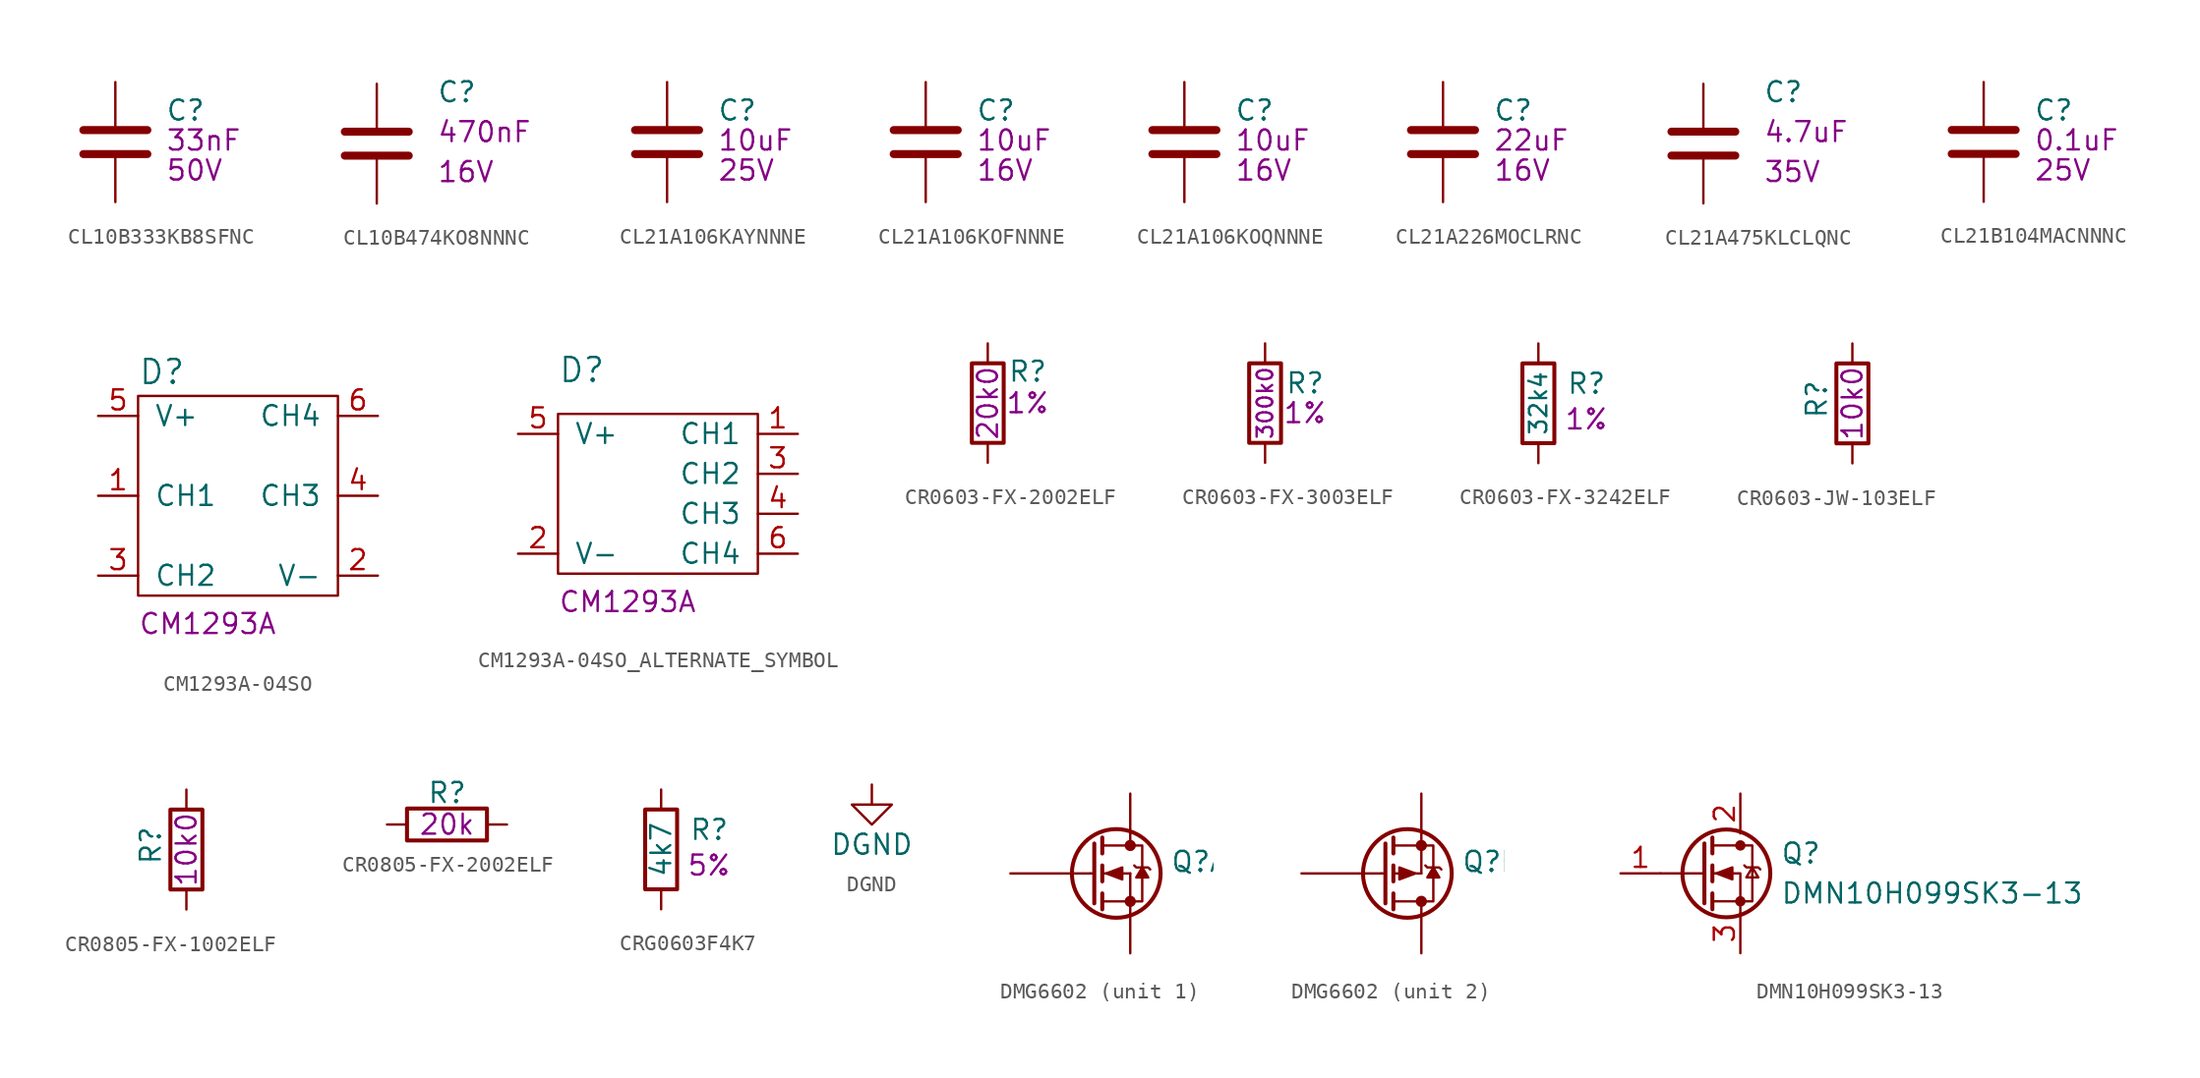
<source format=kicad_sym>
(kicad_symbol_lib
  (version 20210619)
  (generator kicad_symbol_editor)
  (symbol "custom:CL10B333KB8SFNC"
    (pin_numbers hide)
    (pin_names
      (offset 0) hide)
    (property "Reference" "C"
      (at 3.175 1.27 0)
      (effects (font (size 1.27 1.27)) (justify left bottom)))
    (property "Capacitance" "33nF"
      (at 3.175 -0.635 0)
      (effects (font (size 1.27 1.27)) (justify left bottom)))
    (property "RATING" "50V"
      (at 3.175 -2.54 0)
      (effects (font (size 1.27 1.27)) (justify left bottom)))
    (symbol "CL10B333KB8SFNC_0_1"
      (polyline (pts (xy -2.032 -0.762) (xy 2.032 -0.762)) (stroke (width 0.508)) (fill (type none)))
      (polyline (pts (xy -2.032 0.762) (xy 2.032 0.762)) (stroke (width 0.508)) (fill (type none))))
    (symbol "CL10B333KB8SFNC_1_1"
      (pin passive line (at 0 3.81 270) (length 2.794) (name "~" (effects (font (size 1.27 1.27)))) (number "1" (effects (font (size 1.27 1.27)))))
      (pin passive line (at 0 -3.81 90) (length 2.794) (name "~" (effects (font (size 1.27 1.27)))) (number "2" (effects (font (size 1.27 1.27)))))))
  (symbol "custom:CL10B474KO8NNNC"
    (pin_numbers hide)
    (pin_names
      (offset 0) hide)
    (property "Reference" "C"
      (at 3.81 2.54 0)
      (effects (font (size 1.27 1.27)) (justify left bottom)))
    (property "Capacitance" "470nF"
      (at 3.81 0 0)
      (effects (font (size 1.27 1.27)) (justify left bottom)))
    (property "Rating" "16V"
      (at 3.81 -2.54 0)
      (effects (font (size 1.27 1.27)) (justify left bottom)))
    (symbol "CL10B474KO8NNNC_0_1"
      (polyline (pts (xy -2.032 -0.762) (xy 2.032 -0.762)) (stroke (width 0.508)) (fill (type none)))
      (polyline (pts (xy -2.032 0.762) (xy 2.032 0.762)) (stroke (width 0.508)) (fill (type none))))
    (symbol "CL10B474KO8NNNC_1_1"
      (pin passive line (at 0 3.81 270) (length 2.794) (name "~" (effects (font (size 1.27 1.27)))) (number "1" (effects (font (size 1.27 1.27)))))
      (pin passive line (at 0 -3.81 90) (length 2.794) (name "~" (effects (font (size 1.27 1.27)))) (number "2" (effects (font (size 1.27 1.27)))))))
  (symbol "custom:CL21A106KAYNNNE"
    (pin_numbers hide)
    (pin_names
      (offset 0) hide)
    (property "Reference" "C"
      (at 3.175 1.27 0)
      (effects (font (size 1.27 1.27)) (justify left bottom)))
    (property "Capacitance" "10uF"
      (at 3.175 -0.635 0)
      (effects (font (size 1.27 1.27)) (justify left bottom)))
    (property "Rating" "25V"
      (at 3.175 -2.54 0)
      (effects (font (size 1.27 1.27)) (justify left bottom)))
    (symbol "CL21A106KAYNNNE_0_1"
      (polyline (pts (xy -2.032 -0.762) (xy 2.032 -0.762)) (stroke (width 0.508)) (fill (type none)))
      (polyline (pts (xy -2.032 0.762) (xy 2.032 0.762)) (stroke (width 0.508)) (fill (type none))))
    (symbol "CL21A106KAYNNNE_1_1"
      (pin passive line (at 0 3.81 270) (length 2.794) (name "~" (effects (font (size 1.27 1.27)))) (number "1" (effects (font (size 1.27 1.27)))))
      (pin passive line (at 0 -3.81 90) (length 2.794) (name "~" (effects (font (size 1.27 1.27)))) (number "2" (effects (font (size 1.27 1.27)))))))
  (symbol "custom:CL21A106KOFNNNE"
    (pin_numbers hide)
    (pin_names
      (offset 0) hide)
    (property "Reference" "C"
      (at 3.175 1.27 0)
      (effects (font (size 1.27 1.27)) (justify left bottom)))
    (property "Capacitance" "10uF"
      (at 3.175 -0.635 0)
      (effects (font (size 1.27 1.27)) (justify left bottom)))
    (property "Rating" "16V"
      (at 3.175 -2.54 0)
      (effects (font (size 1.27 1.27)) (justify left bottom)))
    (symbol "CL21A106KOFNNNE_0_1"
      (polyline (pts (xy -2.032 -0.762) (xy 2.032 -0.762)) (stroke (width 0.508)) (fill (type none)))
      (polyline (pts (xy -2.032 0.762) (xy 2.032 0.762)) (stroke (width 0.508)) (fill (type none))))
    (symbol "CL21A106KOFNNNE_1_1"
      (pin passive line (at 0 3.81 270) (length 2.794) (name "~" (effects (font (size 1.27 1.27)))) (number "1" (effects (font (size 1.27 1.27)))))
      (pin passive line (at 0 -3.81 90) (length 2.794) (name "~" (effects (font (size 1.27 1.27)))) (number "2" (effects (font (size 1.27 1.27)))))))
  (symbol "custom:CL21A106KOQNNNE"
    (pin_numbers hide)
    (pin_names
      (offset 0) hide)
    (property "Reference" "C"
      (at 3.175 1.27 0)
      (effects (font (size 1.27 1.27)) (justify left bottom)))
    (property "Capacitance" "10uF"
      (at 3.175 -0.635 0)
      (effects (font (size 1.27 1.27)) (justify left bottom)))
    (property "Rating" "16V"
      (at 3.175 -2.54 0)
      (effects (font (size 1.27 1.27)) (justify left bottom)))
    (symbol "CL21A106KOQNNNE_0_1"
      (polyline (pts (xy -2.032 -0.762) (xy 2.032 -0.762)) (stroke (width 0.508)) (fill (type none)))
      (polyline (pts (xy -2.032 0.762) (xy 2.032 0.762)) (stroke (width 0.508)) (fill (type none))))
    (symbol "CL21A106KOQNNNE_1_1"
      (pin passive line (at 0 3.81 270) (length 2.794) (name "~" (effects (font (size 1.27 1.27)))) (number "1" (effects (font (size 1.27 1.27)))))
      (pin passive line (at 0 -3.81 90) (length 2.794) (name "~" (effects (font (size 1.27 1.27)))) (number "2" (effects (font (size 1.27 1.27)))))))
  (symbol "custom:CL21A226MOCLRNC"
    (pin_numbers hide)
    (pin_names
      (offset 0) hide)
    (property "Reference" "C"
      (at 3.175 1.27 0)
      (effects (font (size 1.27 1.27)) (justify left bottom)))
    (property "Capacitance" "22uF"
      (at 3.175 -0.635 0)
      (effects (font (size 1.27 1.27)) (justify left bottom)))
    (property "Rating" "16V"
      (at 3.175 -2.54 0)
      (effects (font (size 1.27 1.27)) (justify left bottom)))
    (symbol "CL21A226MOCLRNC_0_1"
      (polyline (pts (xy -2.032 -0.762) (xy 2.032 -0.762)) (stroke (width 0.508)) (fill (type none)))
      (polyline (pts (xy -2.032 0.762) (xy 2.032 0.762)) (stroke (width 0.508)) (fill (type none))))
    (symbol "CL21A226MOCLRNC_1_1"
      (pin passive line (at 0 3.81 270) (length 2.794) (name "~" (effects (font (size 1.27 1.27)))) (number "1" (effects (font (size 1.27 1.27)))))
      (pin passive line (at 0 -3.81 90) (length 2.794) (name "~" (effects (font (size 1.27 1.27)))) (number "2" (effects (font (size 1.27 1.27)))))))
  (symbol "custom:CL21A475KLCLQNC"
    (pin_numbers hide)
    (pin_names
      (offset 0) hide)
    (property "Reference" "C"
      (at 3.81 2.54 0)
      (effects (font (size 1.27 1.27)) (justify left bottom)))
    (property "Capacitance" "4.7uF"
      (at 3.81 0 0)
      (effects (font (size 1.27 1.27)) (justify left bottom)))
    (property "Rating" "35V"
      (at 3.81 -2.54 0)
      (effects (font (size 1.27 1.27)) (justify left bottom)))
    (symbol "CL21A475KLCLQNC_0_1"
      (polyline (pts (xy -2.032 -0.762) (xy 2.032 -0.762)) (stroke (width 0.508)) (fill (type none)))
      (polyline (pts (xy -2.032 0.762) (xy 2.032 0.762)) (stroke (width 0.508)) (fill (type none))))
    (symbol "CL21A475KLCLQNC_1_1"
      (pin passive line (at 0 3.81 270) (length 2.794) (name "~" (effects (font (size 1.27 1.27)))) (number "1" (effects (font (size 1.27 1.27)))))
      (pin passive line (at 0 -3.81 90) (length 2.794) (name "~" (effects (font (size 1.27 1.27)))) (number "2" (effects (font (size 1.27 1.27)))))))
  (symbol "custom:CL21B104MACNNNC"
    (pin_numbers hide)
    (pin_names
      (offset 0) hide)
    (property "Reference" "C"
      (at 3.175 1.27 0)
      (effects (font (size 1.27 1.27)) (justify left bottom)))
    (property "Capacitance" "0.1uF"
      (at 3.175 -0.635 0)
      (effects (font (size 1.27 1.27)) (justify left bottom)))
    (property "RATING" "25V"
      (at 3.175 -2.54 0)
      (effects (font (size 1.27 1.27)) (justify left bottom)))
    (symbol "CL21B104MACNNNC_0_1"
      (polyline (pts (xy -2.032 -0.762) (xy 2.032 -0.762)) (stroke (width 0.508)) (fill (type none)))
      (polyline (pts (xy -2.032 0.762) (xy 2.032 0.762)) (stroke (width 0.508)) (fill (type none))))
    (symbol "CL21B104MACNNNC_1_1"
      (pin passive line (at 0 3.81 270) (length 2.794) (name "~" (effects (font (size 1.27 1.27)))) (number "1" (effects (font (size 1.27 1.27)))))
      (pin passive line (at 0 -3.81 90) (length 2.794) (name "~" (effects (font (size 1.27 1.27)))) (number "2" (effects (font (size 1.27 1.27)))))))
  (symbol "custom:CM1293A-04SO"
    (pin_names
      (offset 1.016))
    (property "Reference" "D"
      (at -6.35 6.985 0)
      (effects (font (size 1.524 1.524)) (justify left bottom)))
    (property "TEXT" "CM1293A"
      (at -6.35 -8.89 0)
      (effects (font (size 1.27 1.27)) (justify left bottom)))
    (symbol "CM1293A-04SO_0_1"
      (rectangle (start -6.35 6.35) (end 6.35 -6.35) (stroke (width 0)) (fill (type none))))
    (symbol "CM1293A-04SO_1_1"
      (pin bidirectional line (at -8.89 0 0) (length 2.54) (name "CH1" (effects (font (size 1.27 1.27)))) (number "1" (effects (font (size 1.27 1.27)))))
      (pin bidirectional line (at 8.89 -5.08 180) (length 2.54) (name "V-" (effects (font (size 1.27 1.27)))) (number "2" (effects (font (size 1.27 1.27)))))
      (pin bidirectional line (at -8.89 -5.08 0) (length 2.54) (name "CH2" (effects (font (size 1.27 1.27)))) (number "3" (effects (font (size 1.27 1.27)))))
      (pin bidirectional line (at 8.89 0 180) (length 2.54) (name "CH3" (effects (font (size 1.27 1.27)))) (number "4" (effects (font (size 1.27 1.27)))))
      (pin bidirectional line (at -8.89 5.08 0) (length 2.54) (name "V+" (effects (font (size 1.27 1.27)))) (number "5" (effects (font (size 1.27 1.27)))))
      (pin bidirectional line (at 8.89 5.08 180) (length 2.54) (name "CH4" (effects (font (size 1.27 1.27)))) (number "6" (effects (font (size 1.27 1.27)))))))
  (symbol "custom:CM1293A-04SO_ALTERNATE_SYMBOL"
    (pin_names
      (offset 1.016))
    (property "Reference" "D"
      (at -6.35 6.985 0)
      (effects (font (size 1.524 1.524)) (justify left bottom)))
    (property "TEXT" "CM1293A"
      (at -6.35 -7.62 0)
      (effects (font (size 1.27 1.27)) (justify left bottom)))
    (symbol "CM1293A-04SO_ALTERNATE_SYMBOL_0_1"
      (rectangle (start -6.35 5.08) (end 6.35 -5.08) (stroke (width 0)) (fill (type none))))
    (symbol "CM1293A-04SO_ALTERNATE_SYMBOL_1_1"
      (pin bidirectional line (at 8.89 3.81 180) (length 2.54) (name "CH1" (effects (font (size 1.27 1.27)))) (number "1" (effects (font (size 1.27 1.27)))))
      (pin bidirectional line (at -8.89 -3.81 0) (length 2.54) (name "V-" (effects (font (size 1.27 1.27)))) (number "2" (effects (font (size 1.27 1.27)))))
      (pin bidirectional line (at 8.89 1.27 180) (length 2.54) (name "CH2" (effects (font (size 1.27 1.27)))) (number "3" (effects (font (size 1.27 1.27)))))
      (pin bidirectional line (at 8.89 -1.27 180) (length 2.54) (name "CH3" (effects (font (size 1.27 1.27)))) (number "4" (effects (font (size 1.27 1.27)))))
      (pin bidirectional line (at -8.89 3.81 0) (length 2.54) (name "V+" (effects (font (size 1.27 1.27)))) (number "5" (effects (font (size 1.27 1.27)))))
      (pin bidirectional line (at 8.89 -3.81 180) (length 2.54) (name "CH4" (effects (font (size 1.27 1.27)))) (number "6" (effects (font (size 1.27 1.27)))))))
  (symbol "custom:CR0603-FX-2002ELF"
    (pin_numbers hide)
    (pin_names
      (offset 0))
    (property "Reference" "R"
      (at 1.27 1.27 0)
      (effects (font (size 1.27 1.27)) (justify left bottom)))
    (property "Resistance" "20k0"
      (at 0 0 90)
      (effects (font (size 1.27 1.27))))
    (property "TOLERANCE" "1%"
      (at 2.54 0 0)
      (effects (font (size 1.27 1.27))))
    (symbol "CR0603-FX-2002ELF_0_1"
      (rectangle (start -1.016 -2.54) (end 1.016 2.54) (stroke (width 0.254)) (fill (type none))))
    (symbol "CR0603-FX-2002ELF_1_1"
      (pin passive line (at 0 3.81 270) (length 1.27) (name "~" (effects (font (size 1.27 1.27)))) (number "1" (effects (font (size 1.27 1.27)))))
      (pin passive line (at 0 -3.81 90) (length 1.27) (name "~" (effects (font (size 1.27 1.27)))) (number "2" (effects (font (size 1.27 1.27)))))))
  (symbol "custom:CR0603-FX-3003ELF"
    (pin_numbers hide)
    (pin_names
      (offset 0))
    (property "Reference" "R"
      (at 1.27 1.27 0)
      (effects (font (size 1.27 1.27)) (justify left)))
    (property "RESISTANCE" "300k0"
      (at 0 0 90)
      (effects (font (size 0.991 0.991))))
    (property "TOLERANCE" "1%"
      (at 2.54 -0.635 0)
      (effects (font (size 1.27 1.27))))
    (symbol "CR0603-FX-3003ELF_0_1"
      (rectangle (start -1.016 -2.54) (end 1.016 2.54) (stroke (width 0.254)) (fill (type none))))
    (symbol "CR0603-FX-3003ELF_1_1"
      (pin passive line (at 0 3.81 270) (length 1.27) (name "~" (effects (font (size 1.27 1.27)))) (number "1" (effects (font (size 1.27 1.27)))))
      (pin passive line (at 0 -3.81 90) (length 1.27) (name "~" (effects (font (size 1.27 1.27)))) (number "2" (effects (font (size 1.27 1.27)))))))
  (symbol "custom:CR0603-FX-3242ELF"
    (pin_numbers hide)
    (pin_names
      (offset 0))
    (property "Reference" "R"
      (at 1.778 0.508 0)
      (effects (font (size 1.27 1.27)) (justify left bottom)))
    (property "VALUE" "32k4"
      (at 0 0 90)
      (effects (font (size 1.092 1.092))))
    (property "TOLERANCE" "1%"
      (at 3.048 -1.016 0)
      (effects (font (size 1.27 1.27))))
    (symbol "CR0603-FX-3242ELF_0_1"
      (rectangle (start -1.016 -2.54) (end 1.016 2.54) (stroke (width 0.254)) (fill (type none))))
    (symbol "CR0603-FX-3242ELF_1_1"
      (pin passive line (at 0 3.81 270) (length 1.27) (name "~" (effects (font (size 1.27 1.27)))) (number "1" (effects (font (size 1.27 1.27)))))
      (pin passive line (at 0 -3.81 90) (length 1.27) (name "~" (effects (font (size 1.27 1.27)))) (number "2" (effects (font (size 1.27 1.27)))))))
  (symbol "custom:CR0603-JW-103ELF"
    (pin_numbers hide)
    (pin_names
      (offset 0))
    (property "Reference" "R"
      (at -1.524 -1.016 90)
      (effects (font (size 1.27 1.27)) (justify left bottom)))
    (property "Resistance" "10k0"
      (at 0 0 90)
      (effects (font (size 1.27 1.27))))
    (symbol "CR0603-JW-103ELF_0_1"
      (rectangle (start -1.016 -2.54) (end 1.016 2.54) (stroke (width 0.254)) (fill (type none))))
    (symbol "CR0603-JW-103ELF_1_1"
      (pin passive line (at 0 3.81 270) (length 1.27) (name "~" (effects (font (size 1.27 1.27)))) (number "1" (effects (font (size 1.27 1.27)))))
      (pin passive line (at 0 -3.81 90) (length 1.27) (name "~" (effects (font (size 1.27 1.27)))) (number "2" (effects (font (size 1.27 1.27)))))))
  (symbol "custom:CR0805-FX-1002ELF‎"
    (pin_numbers hide)
    (pin_names
      (offset 0))
    (property "Reference" "R"
      (at -1.524 -1.016 90)
      (effects (font (size 1.27 1.27)) (justify left bottom)))
    (property "Resistance" "10k0"
      (at 0 0 90)
      (effects (font (size 1.27 1.27))))
    (symbol "CR0805-FX-1002ELF‎_0_1"
      (rectangle (start -1.016 -2.54) (end 1.016 2.54) (stroke (width 0.254)) (fill (type none))))
    (symbol "CR0805-FX-1002ELF‎_1_1"
      (pin passive line (at 0 3.81 270) (length 1.27) (name "~" (effects (font (size 1.27 1.27)))) (number "1" (effects (font (size 1.27 1.27)))))
      (pin passive line (at 0 -3.81 90) (length 1.27) (name "~" (effects (font (size 1.27 1.27)))) (number "2" (effects (font (size 1.27 1.27)))))))
  (symbol "custom:CR0805-FX-2002ELF"
    (pin_numbers hide)
    (pin_names
      (offset 0))
    (property "Reference" "R"
      (at -1.27 1.27 0)
      (effects (font (size 1.27 1.27)) (justify left bottom)))
    (property "Resistance" "20k"
      (at 0 0 0)
      (effects (font (size 1.27 1.27))))
    (symbol "CR0805-FX-2002ELF_0_1"
      (rectangle (start 2.54 -1.016) (end -2.54 1.016) (stroke (width 0.254)) (fill (type none))))
    (symbol "CR0805-FX-2002ELF_1_1"
      (pin passive line (at -3.81 0 0) (length 1.27) (name "~" (effects (font (size 1.27 1.27)))) (number "1" (effects (font (size 1.27 1.27)))))
      (pin passive line (at 3.81 0 180) (length 1.27) (name "~" (effects (font (size 1.27 1.27)))) (number "2" (effects (font (size 1.27 1.27)))))))
  (symbol "custom:CRG0603F4K7"
    (pin_numbers hide)
    (pin_names
      (offset 0))
    (property "Reference" "R"
      (at 1.778 0.508 0)
      (effects (font (size 1.27 1.27)) (justify left bottom)))
    (property "VALUE" "4k7"
      (at 0 0 90)
      (effects (font (size 1.27 1.27))))
    (property "TOLERANCE" "5%"
      (at 3.048 -1.016 0)
      (effects (font (size 1.27 1.27))))
    (symbol "CRG0603F4K7_0_1"
      (rectangle (start -1.016 -2.54) (end 1.016 2.54) (stroke (width 0.254)) (fill (type none))))
    (symbol "CRG0603F4K7_1_1"
      (pin passive line (at 0 3.81 270) (length 1.27) (name "~" (effects (font (size 1.27 1.27)))) (number "1" (effects (font (size 1.27 1.27)))))
      (pin passive line (at 0 -3.81 90) (length 1.27) (name "~" (effects (font (size 1.27 1.27)))) (number "2" (effects (font (size 1.27 1.27)))))))
  (symbol "custom:DGND"
    (power)
    (pin_names
      (offset 0))
    (property "Reference" "#PWR"
      (at 0 -6.35 0)
      (effects (font (size 1.27 1.27)) hide))
    (property "Value" "DGND"
      (at 0 -3.81 0)
      (effects (font (size 1.27 1.27))))
    (symbol "DGND_0_1"
      (polyline (pts (xy 0 0) (xy 0 -1.27) (xy 1.27 -1.27) (xy 0 -2.54) (xy -1.27 -1.27) (xy 0 -1.27)) (stroke (width 0)) (fill (type none))))
    (symbol "DGND_1_1"
      (pin power_in line (at 0 0 270) (length 0) hide (name "DGND" (effects (font (size 1.27 1.27)))) (number "1" (effects (font (size 1.27 1.27)))))))
  (symbol "custom:DMG6602"
    (pin_numbers hide)
    (pin_names
      (offset 0) hide)
    (property "Reference" "Q"
      (at 5.08 0 0)
      (effects (font (size 1.27 1.27)) (justify left bottom)))
    (property "ki_locked" ""
      (at 0 0 0)
      (effects (font (size 1.27 1.27))))
    (symbol "DMG6602_0_1"
      (circle (center 1.651 0) (radius 2.819) (stroke (width 0.254)) (fill (type none)))
      (circle (center 2.54 -1.778) (radius 0.279) (stroke (width 0)) (fill (type outline)))
      (circle (center 2.54 1.778) (radius 0.279) (stroke (width 0)) (fill (type outline)))
      (polyline (pts (xy 0 0) (xy 0.254 0)) (stroke (width 0)) (fill (type none)))
      (polyline (pts (xy 0.762 -1.778) (xy 2.54 -1.778)) (stroke (width 0)) (fill (type none)))
      (polyline (pts (xy 0.762 -1.27) (xy 0.762 -2.286)) (stroke (width 0.254)) (fill (type none)))
      (polyline (pts (xy 0.762 0) (xy 2.54 0)) (stroke (width 0)) (fill (type none)))
      (polyline (pts (xy 0.762 0.508) (xy 0.762 -0.508)) (stroke (width 0.254)) (fill (type none)))
      (polyline (pts (xy 0.762 1.778) (xy 2.54 1.778)) (stroke (width 0)) (fill (type none)))
      (polyline (pts (xy 0.762 2.286) (xy 0.762 1.27)) (stroke (width 0.254)) (fill (type none)))
      (polyline (pts (xy 2.54 -1.778) (xy 2.54 -2.54)) (stroke (width 0)) (fill (type none)))
      (polyline (pts (xy 2.54 2.54) (xy 2.54 1.778)) (stroke (width 0)) (fill (type none)))
      (polyline (pts (xy 0.254 1.905) (xy 0.254 -1.905) (xy 0.254 -1.905)) (stroke (width 0.254)) (fill (type none)))
      (polyline (pts (xy 2.54 -1.778) (xy 3.302 -1.778) (xy 3.302 1.778) (xy 2.54 1.778)) (stroke (width 0)) (fill (type none))))
    (symbol "DMG6602_1_1"
      (polyline (pts (xy 2.54 -1.778) (xy 2.54 0)) (stroke (width 0)) (fill (type none)))
      (polyline (pts (xy 2.794 0.508) (xy 2.921 0.381) (xy 3.683 0.381) (xy 3.81 0.254)) (stroke (width 0)) (fill (type none)))
      (polyline (pts (xy 1.016 0) (xy 2.032 0.381) (xy 2.032 -0.381) (xy 1.016 0)) (stroke (width 0)) (fill (type outline)))
      (polyline (pts (xy 3.302 0.381) (xy 2.921 -0.254) (xy 3.683 -0.254) (xy 3.302 0.381)) (stroke (width 0)) (fill (type outline)))
      (pin input line (at -5.08 0 0) (length 5.08) (name "G" (effects (font (size 1.27 1.27)))) (number "1" (effects (font (size 1.27 1.27)))))
      (pin passive line (at 2.54 -5.08 90) (length 2.54) (name "S" (effects (font (size 1.27 1.27)))) (number "5" (effects (font (size 1.27 1.27)))))
      (pin passive line (at 2.54 5.08 270) (length 2.54) (name "D" (effects (font (size 1.27 1.27)))) (number "6" (effects (font (size 1.27 1.27))))))
    (symbol "DMG6602_2_1"
      (polyline (pts (xy 2.54 0) (xy 2.54 1.778)) (stroke (width 0)) (fill (type none)))
      (polyline (pts (xy 2.794 0.508) (xy 2.921 0.381) (xy 3.683 0.381) (xy 3.81 0.254)) (stroke (width 0)) (fill (type none)))
      (polyline (pts (xy 1.143 0.381) (xy 2.159 0) (xy 1.143 -0.381) (xy 1.143 0.381)) (stroke (width 0)) (fill (type outline)))
      (polyline (pts (xy 3.683 -0.254) (xy 3.302 0.381) (xy 2.921 -0.254) (xy 3.683 -0.254)) (stroke (width 0)) (fill (type outline)))
      (pin passive line (at 2.54 5.08 270) (length 2.54) (name "S" (effects (font (size 1.27 1.27)))) (number "2" (effects (font (size 1.27 1.27)))))
      (pin input line (at -5.08 0 0) (length 5.08) (name "G" (effects (font (size 1.27 1.27)))) (number "3" (effects (font (size 1.27 1.27)))))
      (pin passive line (at 2.54 -5.08 90) (length 2.54) (name "D" (effects (font (size 1.27 1.27)))) (number "4" (effects (font (size 1.27 1.27)))))))
  (symbol "custom:DMN10H099SK3-13"
    (pin_names
      (offset 0) hide)
    (property "Reference" "Q"
      (at 5.08 1.27 0)
      (effects (font (size 1.27 1.27)) (justify left)))
    (property "Value" "DMN10H099SK3-13"
      (at 5.08 -1.27 0)
      (effects (font (size 1.27 1.27)) (justify left)))
    (symbol "DMN10H099SK3-13_0_1"
      (circle (center 1.651 0) (radius 2.794) (stroke (width 0.254)) (fill (type none)))
      (circle (center 2.54 -1.778) (radius 0.254) (stroke (width 0)) (fill (type outline)))
      (circle (center 2.54 1.778) (radius 0.254) (stroke (width 0)) (fill (type outline)))
      (polyline (pts (xy 0.254 0) (xy -2.54 0)) (stroke (width 0)) (fill (type none)))
      (polyline (pts (xy 0.254 1.905) (xy 0.254 -1.905)) (stroke (width 0.254)) (fill (type none)))
      (polyline (pts (xy 0.762 -1.27) (xy 0.762 -2.286)) (stroke (width 0.254)) (fill (type none)))
      (polyline (pts (xy 0.762 0.508) (xy 0.762 -0.508)) (stroke (width 0.254)) (fill (type none)))
      (polyline (pts (xy 0.762 2.286) (xy 0.762 1.27)) (stroke (width 0.254)) (fill (type none)))
      (polyline (pts (xy 2.54 -2.54) (xy 2.54 0) (xy 0.762 0)) (stroke (width 0)) (fill (type none)))
      (polyline (pts (xy 0.762 -1.778) (xy 3.302 -1.778) (xy 3.302 1.778) (xy 0.762 1.778)) (stroke (width 0)) (fill (type none)))
      (polyline (pts (xy 2.794 0.508) (xy 2.921 0.381) (xy 3.683 0.381) (xy 3.81 0.254)) (stroke (width 0)) (fill (type none)))
      (polyline (pts (xy 3.302 0.381) (xy 2.921 -0.254) (xy 3.683 -0.254) (xy 3.302 0.381)) (stroke (width 0)) (fill (type none)))
      (polyline (pts (xy 1.016 0) (xy 2.032 0.381) (xy 2.032 -0.381) (xy 1.016 0)) (stroke (width 0)) (fill (type outline))))
    (symbol "DMN10H099SK3-13_1_1"
      (pin input line (at -5.08 0 0) (length 2.54) (name "G" (effects (font (size 1.27 1.27)))) (number "1" (effects (font (size 1.27 1.27)))))
      (pin passive line (at 2.54 5.08 270) (length 2.54) (name "D" (effects (font (size 1.27 1.27)))) (number "2" (effects (font (size 1.27 1.27)))))
      (pin passive line (at 2.54 -5.08 90) (length 2.54) (name "S" (effects (font (size 1.27 1.27)))) (number "3" (effects (font (size 1.27 1.27))))))))
</source>
